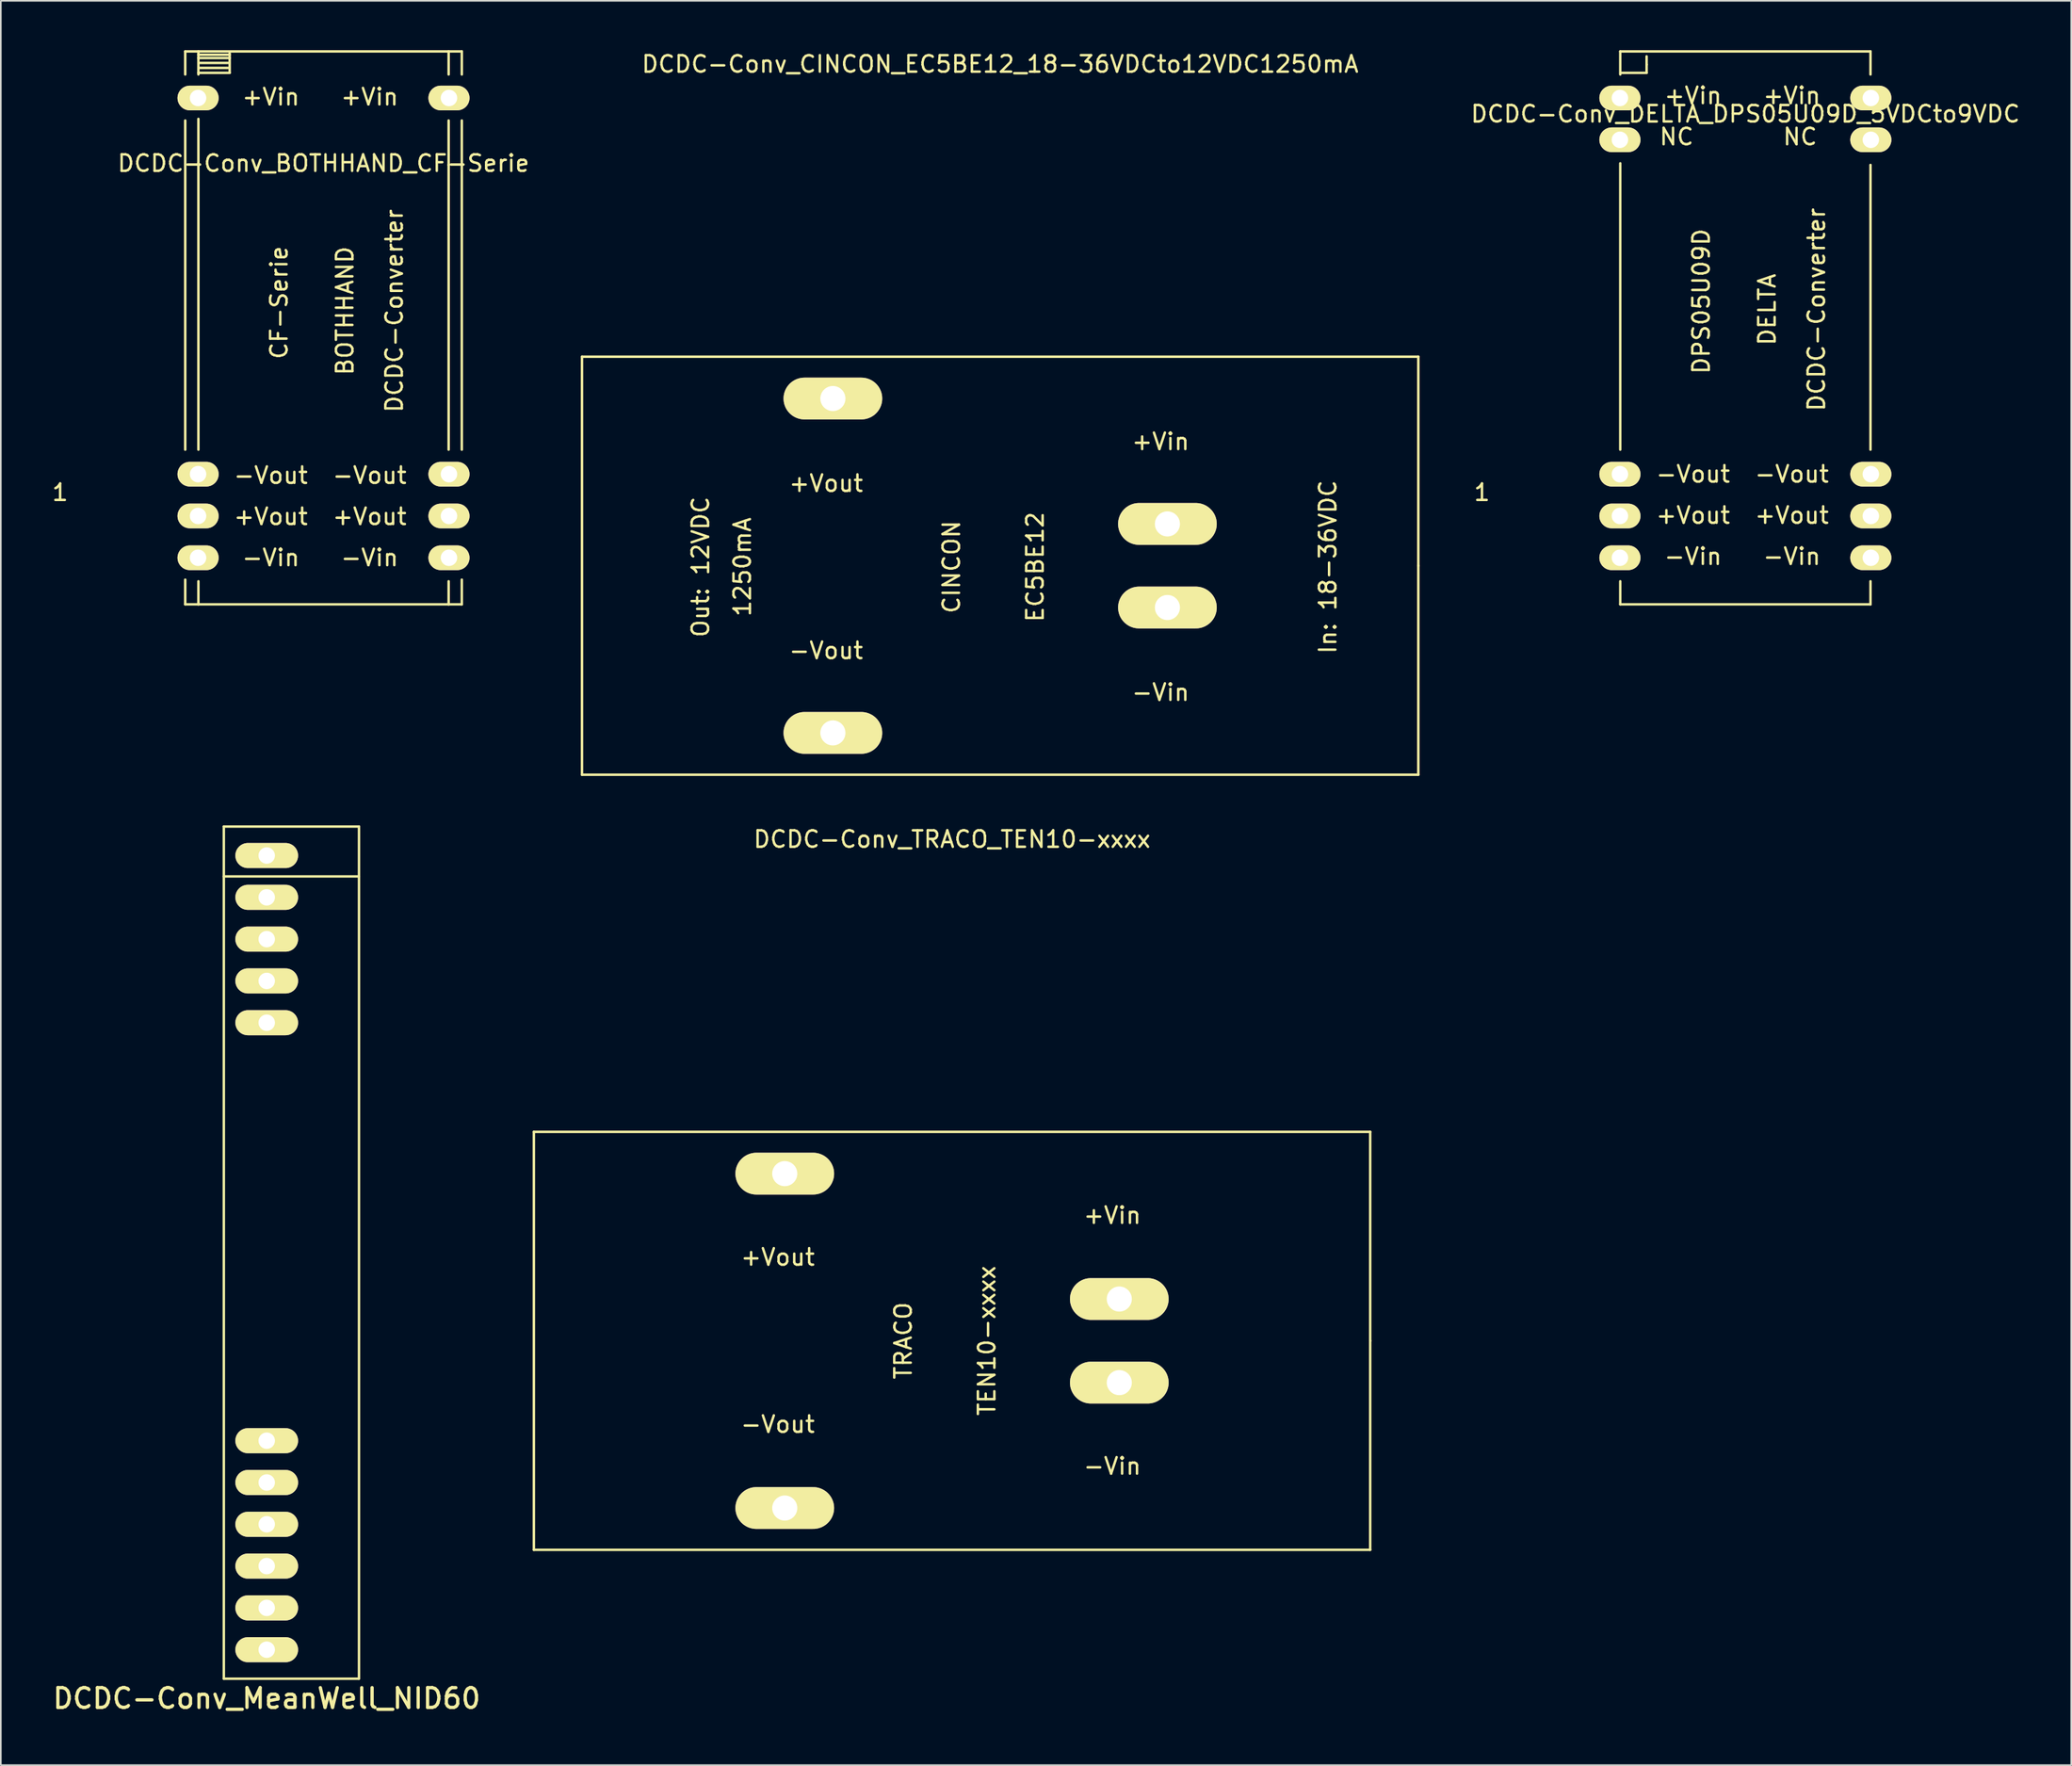
<source format=kicad_pcb>
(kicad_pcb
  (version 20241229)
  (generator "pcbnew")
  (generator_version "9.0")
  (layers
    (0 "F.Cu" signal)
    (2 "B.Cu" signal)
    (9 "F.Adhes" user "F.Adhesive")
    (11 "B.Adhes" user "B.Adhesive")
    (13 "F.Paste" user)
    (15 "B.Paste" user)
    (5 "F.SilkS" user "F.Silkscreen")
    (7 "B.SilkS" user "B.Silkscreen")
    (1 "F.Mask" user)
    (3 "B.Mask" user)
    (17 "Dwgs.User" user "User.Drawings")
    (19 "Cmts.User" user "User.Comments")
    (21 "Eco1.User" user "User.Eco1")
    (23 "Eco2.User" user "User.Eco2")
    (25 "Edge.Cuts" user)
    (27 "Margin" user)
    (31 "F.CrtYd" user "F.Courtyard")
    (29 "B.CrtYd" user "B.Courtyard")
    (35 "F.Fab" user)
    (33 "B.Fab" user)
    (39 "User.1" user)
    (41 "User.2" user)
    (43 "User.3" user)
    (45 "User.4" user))
  (footprint "DCDC-Conv_MeanWell_NID60"
    (layer "F.Cu")
    (at 13.151 48.94)
    (property "Reference" "DCDC-Conv_MeanWell_NID60" (at 0 51.222 0) (layer "F.SilkS") (effects (font (size 1.2 1.2) (thickness 0.2))))
    (attr through_hole)
    (fp_line (start -2.605 -1.762) (end 5.6 -1.762) (stroke (width 0.15) (type solid)) (layer "F.SilkS"))
    (fp_line (start -2.605 1.27) (end 5.6 1.27) (stroke (width 0.15) (type solid)) (layer "F.SilkS"))
    (fp_line (start -2.605 50.022) (end -2.605 -1.762) (stroke (width 0.15) (type solid)) (layer "F.SilkS"))
    (fp_line (start 5.6 50.022) (end -2.605 50.022) (stroke (width 0.15) (type solid)) (layer "F.SilkS"))
    (fp_line (start 5.605 -1.762) (end 5.605 50.022) (stroke (width 0.15) (type solid)) (layer "F.SilkS"))
    (pad "1" thru_hole oval (at 0 0) (size 3.81 1.524) (drill 1) (layers "*.Cu" "*.Mask" "F.SilkS"))
    (pad "2" thru_hole oval (at 0 2.54) (size 3.81 1.524) (drill 1) (layers "*.Cu" "*.Mask" "F.SilkS"))
    (pad "3" thru_hole oval (at 0 5.08) (size 3.81 1.524) (drill 1) (layers "*.Cu" "*.Mask" "F.SilkS"))
    (pad "4" thru_hole oval (at 0 7.62) (size 3.81 1.524) (drill 1) (layers "*.Cu" "*.Mask" "F.SilkS"))
    (pad "5" thru_hole oval (at 0 10.16) (size 3.81 1.524) (drill 1) (layers "*.Cu" "*.Mask" "F.SilkS"))
    (pad "6" thru_hole oval (at 0 35.56) (size 3.81 1.524) (drill 1) (layers "*.Cu" "*.Mask" "F.SilkS"))
    (pad "7" thru_hole oval (at 0 38.1) (size 3.81 1.524) (drill 1) (layers "*.Cu" "*.Mask" "F.SilkS"))
    (pad "8" thru_hole oval (at 0 40.64) (size 3.81 1.524) (drill 1) (layers "*.Cu" "*.Mask" "F.SilkS"))
    (pad "9" thru_hole oval (at 0 43.18) (size 3.81 1.524) (drill 1) (layers "*.Cu" "*.Mask" "F.SilkS"))
    (pad "10" thru_hole oval (at 0 45.72) (size 3.81 1.524) (drill 1) (layers "*.Cu" "*.Mask" "F.SilkS"))
    (pad "11" thru_hole oval (at 0 48.26) (size 3.81 1.524) (drill 1) (layers "*.Cu" "*.Mask" "F.SilkS")))
  (footprint "DCDC-Conv_DELTA_DPS05U09D_5VDCto9VDC"
    (layer "F.Cu")
    (at 102.967 16.875)
    (property "Reference" "DCDC-Conv_DELTA_DPS05U09D_5VDCto9VDC" (at 0 -13 0) (layer "F.SilkS") (effects (font (size 1 1) (thickness 0.15))))
    (attr through_hole)
    (fp_line (start -7.6 -15.4) (end -7.6 -16.8) (stroke (width 0.15) (type solid)) (layer "F.SilkS"))
    (fp_line (start -7.6 7.399) (end -7.6 -10) (stroke (width 0.15) (type solid)) (layer "F.SilkS"))
    (fp_line (start -7.6 16.8) (end -7.6 15.4) (stroke (width 0.15) (type solid)) (layer "F.SilkS"))
    (fp_line (start -7.6 16.8) (end 7.6 16.8) (stroke (width 0.15) (type solid)) (layer "F.SilkS"))
    (fp_line (start -5.999 -16.5) (end -5.999 -15.999) (stroke (width 0.15) (type solid)) (layer "F.SilkS"))
    (fp_line (start -5.999 -15.999) (end -5.999 -15.499) (stroke (width 0.15) (type solid)) (layer "F.SilkS"))
    (fp_line (start -5.999 -15.499) (end -7.501 -15.499) (stroke (width 0.15) (type solid)) (layer "F.SilkS"))
    (fp_line (start 7.6 -16.8) (end -7.6 -16.8) (stroke (width 0.15) (type solid)) (layer "F.SilkS"))
    (fp_line (start 7.6 -16.8) (end 7.6 -15.4) (stroke (width 0.15) (type solid)) (layer "F.SilkS"))
    (fp_line (start 7.6 -9.901) (end 7.6 7.399) (stroke (width 0.15) (type solid)) (layer "F.SilkS"))
    (fp_line (start 7.6 15.4) (end 7.6 16.8) (stroke (width 0.15) (type solid)) (layer "F.SilkS"))
    (fp_text user "+Vout" (at 2.821 11.387 0) (layer "F.SilkS") (effects (font (size 1 1) (thickness 0.15))))
    (fp_text user "1" (at -15.999 10 0) (layer "F.SilkS") (effects (font (size 1 1) (thickness 0.15))))
    (fp_text user "DPS05U09D" (at -2.679 -1.615 270) (layer "F.SilkS") (effects (font (size 1 1) (thickness 0.15))))
    (fp_text user "+Vout" (at -3.179 11.387 0) (layer "F.SilkS") (effects (font (size 1 1) (thickness 0.15))))
    (fp_text user "+Vin" (at -3.179 -14.115 0) (layer "F.SilkS") (effects (font (size 1 1) (thickness 0.15))))
    (fp_text user "NC" (at -4.18 -11.615 0) (layer "F.SilkS") (effects (font (size 1 1) (thickness 0.15))))
    (fp_text user "-Vin" (at -3.179 13.886 0) (layer "F.SilkS") (effects (font (size 1 1) (thickness 0.15))))
    (fp_text user "-Vout" (at 2.821 8.885 0) (layer "F.SilkS") (effects (font (size 1 1) (thickness 0.15))))
    (fp_text user "DCDC-Converter" (at 4.322 -1.115 270) (layer "F.SilkS") (effects (font (size 1 1) (thickness 0.15))))
    (fp_text user "-Vout" (at -3.179 8.885 0) (layer "F.SilkS") (effects (font (size 1 1) (thickness 0.15))))
    (fp_text user "NC" (at 3.321 -11.615 0) (layer "F.SilkS") (effects (font (size 1 1) (thickness 0.15))))
    (fp_text user "+Vin" (at 2.821 -14.115 0) (layer "F.SilkS") (effects (font (size 1 1) (thickness 0.15))))
    (fp_text user "-Vin" (at 2.821 13.886 0) (layer "F.SilkS") (effects (font (size 1 1) (thickness 0.15))))
    (fp_text user "DELTA" (at 1.322 -1.115 270) (layer "F.SilkS") (effects (font (size 1 1) (thickness 0.15))))
    (pad "1" thru_hole oval (at -7.62 -13.97) (size 2.499 1.501) (drill 1.001) (layers "*.Cu" "*.Mask" "F.SilkS"))
    (pad "2" thru_hole oval (at -7.62 -11.43) (size 2.499 1.501) (drill 1.001) (layers "*.Cu" "*.Mask" "F.SilkS"))
    (pad "10" thru_hole oval (at -7.62 8.89) (size 2.499 1.501) (drill 1.001) (layers "*.Cu" "*.Mask" "F.SilkS"))
    (pad "11" thru_hole oval (at -7.62 11.43) (size 2.499 1.501) (drill 1.001) (layers "*.Cu" "*.Mask" "F.SilkS"))
    (pad "12" thru_hole oval (at -7.62 13.97) (size 2.499 1.501) (drill 1.001) (layers "*.Cu" "*.Mask" "F.SilkS"))
    (pad "13" thru_hole oval (at 7.62 13.97) (size 2.499 1.501) (drill 1.001) (layers "*.Cu" "*.Mask" "F.SilkS"))
    (pad "14" thru_hole oval (at 7.62 11.43) (size 2.499 1.501) (drill 1.001) (layers "*.Cu" "*.Mask" "F.SilkS"))
    (pad "15" thru_hole oval (at 7.62 8.89) (size 2.499 1.501) (drill 1.001) (layers "*.Cu" "*.Mask" "F.SilkS"))
    (pad "23" thru_hole oval (at 7.62 -11.43) (size 2.499 1.501) (drill 1.001) (layers "*.Cu" "*.Mask" "F.SilkS"))
    (pad "24" thru_hole oval (at 7.62 -13.97) (size 2.499 1.501) (drill 1.001) (layers "*.Cu" "*.Mask" "F.SilkS")))
  (footprint "DCDC-Conv_CINCON_EC5BE12_18-36VDCto12VDC1250mA"
    (layer "F.Cu")
    (at 57.701 31.328)
    (property "Reference" "DCDC-Conv_CINCON_EC5BE12_18-36VDCto12VDC1250mA" (at 0 -30.48 0) (layer "F.SilkS") (effects (font (size 1 1) (thickness 0.15))))
    (attr through_hole)
    (fp_line (start -25.4 -12.7) (end -25.4 12.7) (stroke (width 0.15) (type solid)) (layer "F.SilkS"))
    (fp_line (start -25.4 12.7) (end 25.4 12.7) (stroke (width 0.15) (type solid)) (layer "F.SilkS"))
    (fp_line (start 25.4 -12.7) (end -25.4 -12.7) (stroke (width 0.15) (type solid)) (layer "F.SilkS"))
    (fp_line (start 25.4 0) (end 25.4 -12.7) (stroke (width 0.15) (type solid)) (layer "F.SilkS"))
    (fp_line (start 25.4 12.7) (end 25.4 0) (stroke (width 0.15) (type solid)) (layer "F.SilkS"))
    (fp_text user "+Vin" (at 9.745 -7.545 180) (layer "F.SilkS") (effects (font (size 1 1) (thickness 0.15))))
    (fp_text user "+Vout" (at -10.575 -5.005 180) (layer "F.SilkS") (effects (font (size 1 1) (thickness 0.15))))
    (fp_text user "CINCON" (at -2.955 0.075 90) (layer "F.SilkS") (effects (font (size 1 1) (thickness 0.15))))
    (fp_text user "-Vout" (at -10.575 5.155 180) (layer "F.SilkS") (effects (font (size 1 1) (thickness 0.15))))
    (fp_text user "1250mA" (at -15.655 0.075 90) (layer "F.SilkS") (effects (font (size 1 1) (thickness 0.15))))
    (fp_text user "-Vin" (at 9.745 7.695 180) (layer "F.SilkS") (effects (font (size 1 1) (thickness 0.15))))
    (fp_text user "Out: 12VDC" (at -18.195 0.075 90) (layer "F.SilkS") (effects (font (size 1 1) (thickness 0.15))))
    (fp_text user "EC5BE12" (at 2.125 0.075 90) (layer "F.SilkS") (effects (font (size 1 1) (thickness 0.15))))
    (fp_text user "In: 18-36VDC" (at 19.905 0.075 90) (layer "F.SilkS") (effects (font (size 1 1) (thickness 0.15))))
    (pad "1" thru_hole oval (at 10.16 -2.54) (size 5.994 2.54) (drill 1.524) (layers "*.Cu" "*.Mask" "F.SilkS"))
    (pad "2" thru_hole oval (at 10.16 2.54) (size 5.994 2.54) (drill 1.524) (layers "*.Cu" "*.Mask" "F.SilkS"))
    (pad "3" thru_hole oval (at -10.16 -10.16) (size 5.994 2.54) (drill 1.524) (layers "*.Cu" "*.Mask" "F.SilkS"))
    (pad "5" thru_hole oval (at -10.16 10.16) (size 5.994 2.54) (drill 1.524) (layers "*.Cu" "*.Mask" "F.SilkS")))
  (footprint "DCDC-Conv_BOTHHAND_CF-Serie"
    (layer "F.Cu")
    (at 16.601 16.875)
    (property "Reference" "DCDC-Conv_BOTHHAND_CF-Serie" (at 0 -10 0) (layer "F.SilkS") (effects (font (size 1 1) (thickness 0.15))))
    (attr through_hole)
    (fp_line (start -8.4 -16.8) (end -8.4 -15.4) (stroke (width 0.15) (type solid)) (layer "F.SilkS"))
    (fp_line (start -8.4 7.399) (end -8.4 -12.601) (stroke (width 0.15) (type solid)) (layer "F.SilkS"))
    (fp_line (start -8.4 16.8) (end -8.4 15.301) (stroke (width 0.15) (type solid)) (layer "F.SilkS"))
    (fp_line (start -7.6 -16.8) (end -8.4 -16.8) (stroke (width 0.15) (type solid)) (layer "F.SilkS"))
    (fp_line (start -7.6 -16.8) (end -7.6 -15.4) (stroke (width 0.15) (type solid)) (layer "F.SilkS"))
    (fp_line (start -7.6 -10) (end -7.6 -12.7) (stroke (width 0.15) (type solid)) (layer "F.SilkS"))
    (fp_line (start -7.6 7.399) (end -7.6 -10) (stroke (width 0.15) (type solid)) (layer "F.SilkS"))
    (fp_line (start -7.6 16.8) (end -8.4 16.8) (stroke (width 0.15) (type solid)) (layer "F.SilkS"))
    (fp_line (start -7.6 16.8) (end -7.6 15.4) (stroke (width 0.15) (type solid)) (layer "F.SilkS"))
    (fp_line (start -7.6 16.8) (end 7.6 16.8) (stroke (width 0.15) (type solid)) (layer "F.SilkS"))
    (fp_line (start -5.799 -16.101) (end -7.501 -16.101) (stroke (width 0.15) (type solid)) (layer "F.SilkS"))
    (fp_line (start -5.799 -15.799) (end -7.501 -15.799) (stroke (width 0.15) (type solid)) (layer "F.SilkS"))
    (fp_line (start -5.7 -16.701) (end -5.7 -15.499) (stroke (width 0.15) (type solid)) (layer "F.SilkS"))
    (fp_line (start -5.7 -16.599) (end -7.6 -16.599) (stroke (width 0.15) (type solid)) (layer "F.SilkS"))
    (fp_line (start -5.7 -16.401) (end -7.6 -16.401) (stroke (width 0.15) (type solid)) (layer "F.SilkS"))
    (fp_line (start -5.7 -15.499) (end -7.6 -15.499) (stroke (width 0.15) (type solid)) (layer "F.SilkS"))
    (fp_line (start 7.6 -16.8) (end -7.6 -16.8) (stroke (width 0.15) (type solid)) (layer "F.SilkS"))
    (fp_line (start 7.6 -16.8) (end 7.6 -15.4) (stroke (width 0.15) (type solid)) (layer "F.SilkS"))
    (fp_line (start 7.6 -16.8) (end 8.4 -16.8) (stroke (width 0.15) (type solid)) (layer "F.SilkS"))
    (fp_line (start 7.6 -9.901) (end 7.6 -12.601) (stroke (width 0.15) (type solid)) (layer "F.SilkS"))
    (fp_line (start 7.6 -9.901) (end 7.6 7.399) (stroke (width 0.15) (type solid)) (layer "F.SilkS"))
    (fp_line (start 7.6 15.4) (end 7.6 16.8) (stroke (width 0.15) (type solid)) (layer "F.SilkS"))
    (fp_line (start 7.6 16.8) (end 8.4 16.8) (stroke (width 0.15) (type solid)) (layer "F.SilkS"))
    (fp_line (start 8.4 -16.8) (end 8.4 -15.4) (stroke (width 0.15) (type solid)) (layer "F.SilkS"))
    (fp_line (start 8.4 7.399) (end 8.4 -12.601) (stroke (width 0.15) (type solid)) (layer "F.SilkS"))
    (fp_line (start 8.4 16.8) (end 8.4 15.301) (stroke (width 0.15) (type solid)) (layer "F.SilkS"))
    (fp_text user "-Vout" (at -3.202 8.962 0) (layer "F.SilkS") (effects (font (size 1 1) (thickness 0.15))))
    (fp_text user "+Vin" (at 2.798 -14.038 0) (layer "F.SilkS") (effects (font (size 1 1) (thickness 0.15))))
    (fp_text user "-Vin" (at -3.202 13.963 0) (layer "F.SilkS") (effects (font (size 1 1) (thickness 0.15))))
    (fp_text user "DCDC-Converter" (at 4.299 -1.038 270) (layer "F.SilkS") (effects (font (size 1 1) (thickness 0.15))))
    (fp_text user "BOTHHAND" (at 1.299 -1.038 270) (layer "F.SilkS") (effects (font (size 1 1) (thickness 0.15))))
    (fp_text user "CF-Serie" (at -2.701 -1.538 270) (layer "F.SilkS") (effects (font (size 1 1) (thickness 0.15))))
    (fp_text user "+Vout" (at -3.202 11.464 0) (layer "F.SilkS") (effects (font (size 1 1) (thickness 0.15))))
    (fp_text user "+Vout" (at 2.798 11.464 0) (layer "F.SilkS") (effects (font (size 1 1) (thickness 0.15))))
    (fp_text user "+Vin" (at -3.202 -14.038 0) (layer "F.SilkS") (effects (font (size 1 1) (thickness 0.15))))
    (fp_text user "1" (at -15.999 10 0) (layer "F.SilkS") (effects (font (size 1 1) (thickness 0.15))))
    (fp_text user "-Vin" (at 2.798 13.963 0) (layer "F.SilkS") (effects (font (size 1 1) (thickness 0.15))))
    (fp_text user "-Vout" (at 2.798 8.962 0) (layer "F.SilkS") (effects (font (size 1 1) (thickness 0.15))))
    (pad "1" thru_hole oval (at -7.62 -13.97) (size 2.499 1.501) (drill 1.001) (layers "*.Cu" "*.Mask" "F.SilkS"))
    (pad "10" thru_hole oval (at -7.62 8.89) (size 2.499 1.501) (drill 1.001) (layers "*.Cu" "*.Mask" "F.SilkS"))
    (pad "11" thru_hole oval (at -7.62 11.43) (size 2.499 1.501) (drill 1.001) (layers "*.Cu" "*.Mask" "F.SilkS"))
    (pad "12" thru_hole oval (at -7.62 13.97) (size 2.499 1.501) (drill 1.001) (layers "*.Cu" "*.Mask" "F.SilkS"))
    (pad "13" thru_hole oval (at 7.62 13.97) (size 2.499 1.501) (drill 1.001) (layers "*.Cu" "*.Mask" "F.SilkS"))
    (pad "14" thru_hole oval (at 7.62 11.43) (size 2.499 1.501) (drill 1.001) (layers "*.Cu" "*.Mask" "F.SilkS"))
    (pad "15" thru_hole oval (at 7.62 8.89) (size 2.499 1.501) (drill 1.001) (layers "*.Cu" "*.Mask" "F.SilkS"))
    (pad "24" thru_hole oval (at 7.62 -13.97) (size 2.499 1.501) (drill 1.001) (layers "*.Cu" "*.Mask" "F.SilkS")))
  (footprint "DCDC-Conv_TRACO_TEN10-xxxx"
    (layer "F.Cu")
    (at 54.778 78.431)
    (property "Reference" "DCDC-Conv_TRACO_TEN10-xxxx" (at 0 -30.48 0) (layer "F.SilkS") (effects (font (size 1 1) (thickness 0.15))))
    (attr through_hole)
    (fp_line (start -25.4 -12.7) (end -25.4 12.7) (stroke (width 0.15) (type solid)) (layer "F.SilkS"))
    (fp_line (start -25.4 12.7) (end 25.4 12.7) (stroke (width 0.15) (type solid)) (layer "F.SilkS"))
    (fp_line (start 25.4 -12.7) (end -25.4 -12.7) (stroke (width 0.15) (type solid)) (layer "F.SilkS"))
    (fp_line (start 25.4 0) (end 25.4 -12.7) (stroke (width 0.15) (type solid)) (layer "F.SilkS"))
    (fp_line (start 25.4 12.7) (end 25.4 0) (stroke (width 0.15) (type solid)) (layer "F.SilkS"))
    (fp_text user "-Vout" (at -10.585 5.074 180) (layer "F.SilkS") (effects (font (size 1 1) (thickness 0.15))))
    (fp_text user "TEN10-xxxx" (at 2.115 -0.006 90) (layer "F.SilkS") (effects (font (size 1 1) (thickness 0.15))))
    (fp_text user "+Vin" (at 9.735 -7.626 180) (layer "F.SilkS") (effects (font (size 1 1) (thickness 0.15))))
    (fp_text user "-Vin" (at 9.735 7.614 180) (layer "F.SilkS") (effects (font (size 1 1) (thickness 0.15))))
    (fp_text user "+Vout" (at -10.585 -5.086 180) (layer "F.SilkS") (effects (font (size 1 1) (thickness 0.15))))
    (fp_text user "TRACO" (at -2.965 -0.006 90) (layer "F.SilkS") (effects (font (size 1 1) (thickness 0.15))))
    (pad "1" thru_hole oval (at 10.16 -2.54) (size 5.994 2.54) (drill 1.524) (layers "*.Cu" "*.Mask" "F.SilkS"))
    (pad "2" thru_hole oval (at 10.16 2.54) (size 5.994 2.54) (drill 1.524) (layers "*.Cu" "*.Mask" "F.SilkS"))
    (pad "3" thru_hole oval (at -10.16 -10.16) (size 5.994 2.54) (drill 1.524) (layers "*.Cu" "*.Mask" "F.SilkS"))
    (pad "5" thru_hole oval (at -10.16 10.16) (size 5.994 2.54) (drill 1.524) (layers "*.Cu" "*.Mask" "F.SilkS")))
  (gr_rect
    (start -3 -3)
    (end 122.759 104.215)
    (stroke (width 0.1) (type default))
    (fill no)
    (layer "Edge.Cuts")))
</source>
